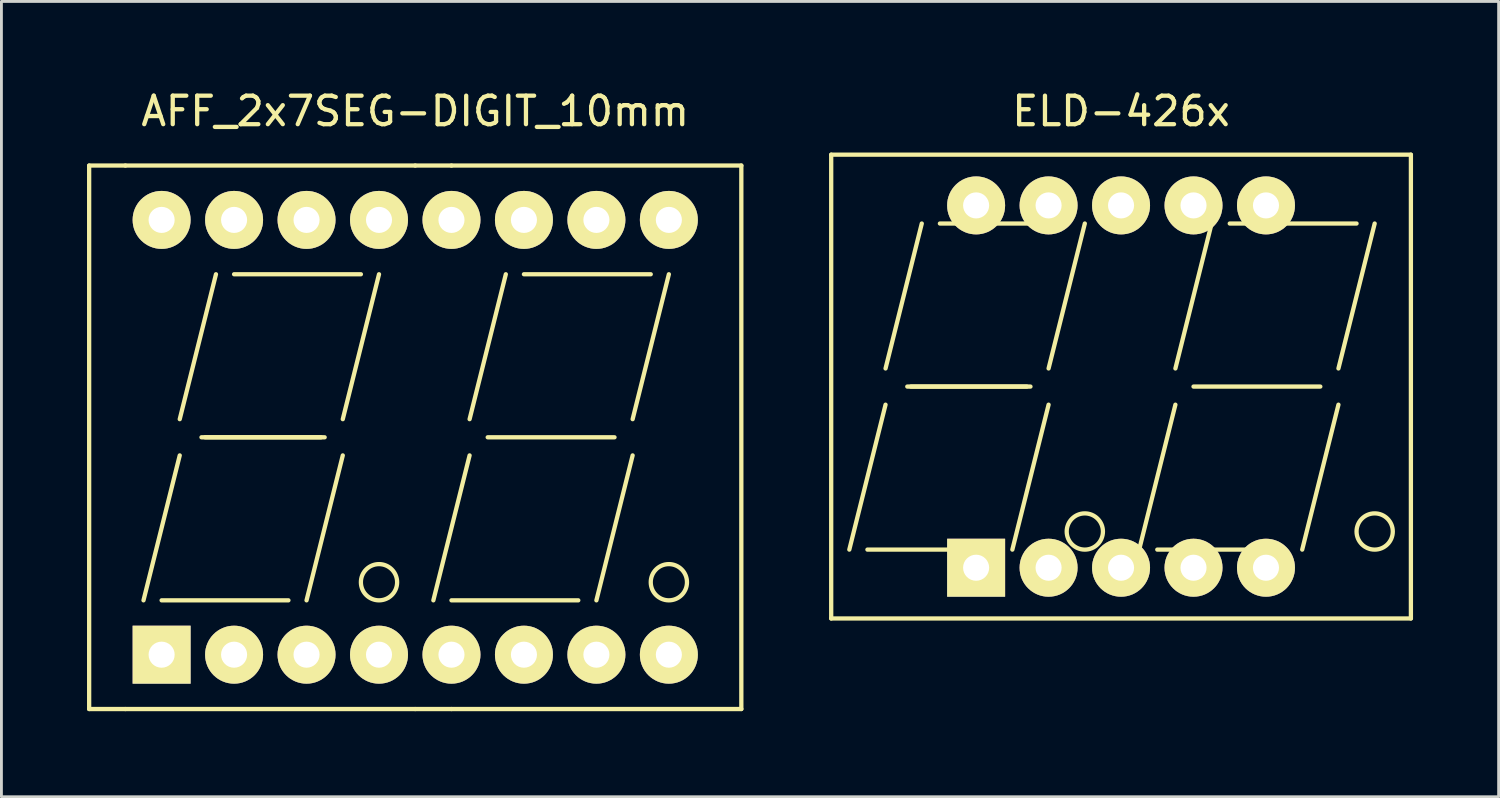
<source format=kicad_pcb>
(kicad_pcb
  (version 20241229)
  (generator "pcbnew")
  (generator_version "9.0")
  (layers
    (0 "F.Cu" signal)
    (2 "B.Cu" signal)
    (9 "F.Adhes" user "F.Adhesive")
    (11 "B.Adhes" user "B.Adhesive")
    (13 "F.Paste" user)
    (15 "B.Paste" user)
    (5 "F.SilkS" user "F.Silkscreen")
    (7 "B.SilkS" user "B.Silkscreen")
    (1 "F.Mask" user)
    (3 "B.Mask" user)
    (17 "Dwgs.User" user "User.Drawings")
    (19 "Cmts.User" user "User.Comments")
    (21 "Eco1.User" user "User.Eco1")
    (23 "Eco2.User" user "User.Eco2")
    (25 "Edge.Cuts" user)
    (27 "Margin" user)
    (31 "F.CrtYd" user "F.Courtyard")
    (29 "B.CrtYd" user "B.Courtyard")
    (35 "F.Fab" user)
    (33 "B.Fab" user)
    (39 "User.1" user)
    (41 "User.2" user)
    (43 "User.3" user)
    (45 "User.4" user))
  (footprint "ELD-426x"
    (layer "F.Cu")
    (at 36.245 10.5)
    (property "Reference" "ELD-426x" (at 0 -9.652 0) (layer "F.SilkS") (effects (font (size 1 1) (thickness 0.15))))
    (attr through_hole)
    (fp_line (start -10.16 -8.128) (end 10.16 -8.128) (stroke (width 0.15) (type solid)) (layer "F.SilkS"))
    (fp_line (start -10.16 8.128) (end -10.16 -8.128) (stroke (width 0.15) (type solid)) (layer "F.SilkS"))
    (fp_line (start -10.16 8.128) (end 10.16 8.128) (stroke (width 0.15) (type solid)) (layer "F.SilkS"))
    (fp_line (start -8.89 5.715) (end -4.445 5.715) (stroke (width 0.15) (type solid)) (layer "F.SilkS"))
    (fp_line (start -8.255 -0.635) (end -6.985 -5.715) (stroke (width 0.15) (type solid)) (layer "F.SilkS"))
    (fp_line (start -8.255 0.635) (end -9.525 5.715) (stroke (width 0.15) (type solid)) (layer "F.SilkS"))
    (fp_line (start -7.493 0) (end -3.175 0) (stroke (width 0.15) (type solid)) (layer "F.SilkS"))
    (fp_line (start -7.366 0) (end -3.302 0) (stroke (width 0.15) (type solid)) (layer "F.SilkS"))
    (fp_line (start -6.35 -5.715) (end -1.905 -5.715) (stroke (width 0.15) (type solid)) (layer "F.SilkS"))
    (fp_line (start -2.54 -0.635) (end -1.27 -5.715) (stroke (width 0.15) (type solid)) (layer "F.SilkS"))
    (fp_line (start -2.54 0.635) (end -3.81 5.715) (stroke (width 0.15) (type solid)) (layer "F.SilkS"))
    (fp_line (start 0.635 5.715) (end 1.905 0.635) (stroke (width 0.15) (type solid)) (layer "F.SilkS"))
    (fp_line (start 1.27 5.715) (end 5.715 5.715) (stroke (width 0.15) (type solid)) (layer "F.SilkS"))
    (fp_line (start 1.905 -0.635) (end 3.175 -5.715) (stroke (width 0.15) (type solid)) (layer "F.SilkS"))
    (fp_line (start 2.54 0) (end 6.985 0) (stroke (width 0.15) (type solid)) (layer "F.SilkS"))
    (fp_line (start 3.81 -5.715) (end 8.255 -5.715) (stroke (width 0.15) (type solid)) (layer "F.SilkS"))
    (fp_line (start 7.62 -0.635) (end 8.89 -5.715) (stroke (width 0.15) (type solid)) (layer "F.SilkS"))
    (fp_line (start 7.62 0.635) (end 6.35 5.715) (stroke (width 0.15) (type solid)) (layer "F.SilkS"))
    (fp_line (start 10.16 -8.128) (end 10.16 8.128) (stroke (width 0.15) (type solid)) (layer "F.SilkS"))
    (fp_circle (center -1.27 5.08) (end -0.635 5.08) (stroke (width 0.15) (type solid)) (fill no) (layer "F.SilkS"))
    (fp_circle (center 8.89 5.08) (end 9.525 5.08) (stroke (width 0.15) (type solid)) (fill no) (layer "F.SilkS"))
    (pad "1" thru_hole rect (at -5.08 6.35) (size 2.032 2.032) (drill 0.914) (layers "*.Cu" "*.Mask" "F.SilkS"))
    (pad "2" thru_hole circle (at -2.54 6.35) (size 2.032 2.032) (drill 0.914) (layers "*.Cu" "*.Mask" "F.SilkS"))
    (pad "3" thru_hole circle (at 0 6.35) (size 2.032 2.032) (drill 0.914) (layers "*.Cu" "*.Mask" "F.SilkS"))
    (pad "4" thru_hole circle (at 2.54 6.35) (size 2.032 2.032) (drill 0.914) (layers "*.Cu" "*.Mask" "F.SilkS"))
    (pad "5" thru_hole circle (at 5.08 6.35) (size 2.032 2.032) (drill 0.914) (layers "*.Cu" "*.Mask" "F.SilkS"))
    (pad "6" thru_hole circle (at 5.08 -6.35) (size 2.032 2.032) (drill 0.914) (layers "*.Cu" "*.Mask" "F.SilkS"))
    (pad "7" thru_hole circle (at 2.54 -6.35) (size 2.032 2.032) (drill 0.914) (layers "*.Cu" "*.Mask" "F.SilkS"))
    (pad "8" thru_hole circle (at 0 -6.35) (size 2.032 2.032) (drill 0.914) (layers "*.Cu" "*.Mask" "F.SilkS"))
    (pad "9" thru_hole circle (at -2.54 -6.35) (size 2.032 2.032) (drill 0.914) (layers "*.Cu" "*.Mask" "F.SilkS"))
    (pad "10" thru_hole circle (at -5.08 -6.35) (size 2.032 2.032) (drill 0.914) (layers "*.Cu" "*.Mask" "F.SilkS")))
  (footprint "AFF_2x7SEG-DIGIT_10mm"
    (layer "F.Cu")
    (at 11.505 12.278)
    (property "Reference" "AFF_2x7SEG-DIGIT_10mm" (at 0 -11.43 0) (layer "F.SilkS") (effects (font (size 1 1) (thickness 0.15))))
    (attr through_hole)
    (fp_line (start -11.43 -9.525) (end -11.43 9.525) (stroke (width 0.15) (type solid)) (layer "F.SilkS"))
    (fp_line (start -11.43 9.525) (end -10.16 9.525) (stroke (width 0.15) (type solid)) (layer "F.SilkS"))
    (fp_line (start -10.16 -9.525) (end -11.43 -9.525) (stroke (width 0.15) (type solid)) (layer "F.SilkS"))
    (fp_line (start -10.16 9.525) (end 0 9.525) (stroke (width 0.15) (type solid)) (layer "F.SilkS"))
    (fp_line (start -8.89 5.715) (end -4.445 5.715) (stroke (width 0.15) (type solid)) (layer "F.SilkS"))
    (fp_line (start -8.255 -0.635) (end -6.985 -5.715) (stroke (width 0.15) (type solid)) (layer "F.SilkS"))
    (fp_line (start -8.255 0.635) (end -9.525 5.715) (stroke (width 0.15) (type solid)) (layer "F.SilkS"))
    (fp_line (start -7.493 0) (end -3.175 0) (stroke (width 0.15) (type solid)) (layer "F.SilkS"))
    (fp_line (start -7.366 0) (end -3.302 0) (stroke (width 0.15) (type solid)) (layer "F.SilkS"))
    (fp_line (start -6.35 -5.715) (end -1.905 -5.715) (stroke (width 0.15) (type solid)) (layer "F.SilkS"))
    (fp_line (start -2.54 -0.635) (end -1.27 -5.715) (stroke (width 0.15) (type solid)) (layer "F.SilkS"))
    (fp_line (start -2.54 0.635) (end -3.81 5.715) (stroke (width 0.15) (type solid)) (layer "F.SilkS"))
    (fp_line (start 0 -9.525) (end -10.16 -9.525) (stroke (width 0.15) (type solid)) (layer "F.SilkS"))
    (fp_line (start 0 9.525) (end 1.27 9.525) (stroke (width 0.15) (type solid)) (layer "F.SilkS"))
    (fp_line (start 0.635 5.715) (end 1.905 0.635) (stroke (width 0.15) (type solid)) (layer "F.SilkS"))
    (fp_line (start 1.27 -9.525) (end 0 -9.525) (stroke (width 0.15) (type solid)) (layer "F.SilkS"))
    (fp_line (start 1.27 -9.525) (end 11.43 -9.525) (stroke (width 0.15) (type solid)) (layer "F.SilkS"))
    (fp_line (start 1.27 5.715) (end 5.715 5.715) (stroke (width 0.15) (type solid)) (layer "F.SilkS"))
    (fp_line (start 1.905 -0.635) (end 3.175 -5.715) (stroke (width 0.15) (type solid)) (layer "F.SilkS"))
    (fp_line (start 2.54 0) (end 6.985 0) (stroke (width 0.15) (type solid)) (layer "F.SilkS"))
    (fp_line (start 3.81 -5.715) (end 8.255 -5.715) (stroke (width 0.15) (type solid)) (layer "F.SilkS"))
    (fp_line (start 7.62 -0.635) (end 8.89 -5.715) (stroke (width 0.15) (type solid)) (layer "F.SilkS"))
    (fp_line (start 7.62 0.635) (end 6.35 5.715) (stroke (width 0.15) (type solid)) (layer "F.SilkS"))
    (fp_line (start 11.43 -9.525) (end 11.43 9.525) (stroke (width 0.15) (type solid)) (layer "F.SilkS"))
    (fp_line (start 11.43 9.525) (end 1.27 9.525) (stroke (width 0.15) (type solid)) (layer "F.SilkS"))
    (fp_circle (center -1.27 5.08) (end -0.635 5.08) (stroke (width 0.15) (type solid)) (fill no) (layer "F.SilkS"))
    (fp_circle (center 8.89 5.08) (end 9.525 5.08) (stroke (width 0.15) (type solid)) (fill no) (layer "F.SilkS"))
    (pad "1" thru_hole rect (at -8.89 7.62) (size 2.032 2.032) (drill 0.914) (layers "*.Cu" "*.Mask" "F.SilkS"))
    (pad "2" thru_hole circle (at -6.35 7.62) (size 2.032 2.032) (drill 0.914) (layers "*.Cu" "*.Mask" "F.SilkS"))
    (pad "3" thru_hole circle (at -3.81 7.62) (size 2.032 2.032) (drill 0.914) (layers "*.Cu" "*.Mask" "F.SilkS"))
    (pad "4" thru_hole circle (at -1.27 7.62) (size 2.032 2.032) (drill 0.914) (layers "*.Cu" "*.Mask" "F.SilkS"))
    (pad "5" thru_hole circle (at 1.27 7.62) (size 2.032 2.032) (drill 0.914) (layers "*.Cu" "*.Mask" "F.SilkS"))
    (pad "6" thru_hole circle (at 3.81 7.62) (size 2.032 2.032) (drill 0.914) (layers "*.Cu" "*.Mask" "F.SilkS"))
    (pad "7" thru_hole circle (at 6.35 7.62) (size 2.032 2.032) (drill 0.914) (layers "*.Cu" "*.Mask" "F.SilkS"))
    (pad "8" thru_hole circle (at 8.89 7.62) (size 2.032 2.032) (drill 0.914) (layers "*.Cu" "*.Mask" "F.SilkS"))
    (pad "9" thru_hole circle (at 8.89 -7.62) (size 2.032 2.032) (drill 0.914) (layers "*.Cu" "*.Mask" "F.SilkS"))
    (pad "10" thru_hole circle (at 6.35 -7.62) (size 2.032 2.032) (drill 0.914) (layers "*.Cu" "*.Mask" "F.SilkS"))
    (pad "11" thru_hole circle (at 3.81 -7.62) (size 2.032 2.032) (drill 0.914) (layers "*.Cu" "*.Mask" "F.SilkS"))
    (pad "12" thru_hole circle (at 1.27 -7.62) (size 2.032 2.032) (drill 0.914) (layers "*.Cu" "*.Mask" "F.SilkS"))
    (pad "13" thru_hole circle (at -1.27 -7.62) (size 2.032 2.032) (drill 0.914) (layers "*.Cu" "*.Mask" "F.SilkS"))
    (pad "14" thru_hole circle (at -3.81 -7.62) (size 2.032 2.032) (drill 0.914) (layers "*.Cu" "*.Mask" "F.SilkS"))
    (pad "15" thru_hole circle (at -6.35 -7.62) (size 2.032 2.032) (drill 0.914) (layers "*.Cu" "*.Mask" "F.SilkS"))
    (pad "16" thru_hole circle (at -8.89 -7.62) (size 2.032 2.032) (drill 0.914) (layers "*.Cu" "*.Mask" "F.SilkS")))
  (gr_rect
    (start -3 -3)
    (end 49.48 24.878)
    (stroke (width 0.1) (type default))
    (fill no)
    (layer "Edge.Cuts")))
</source>
